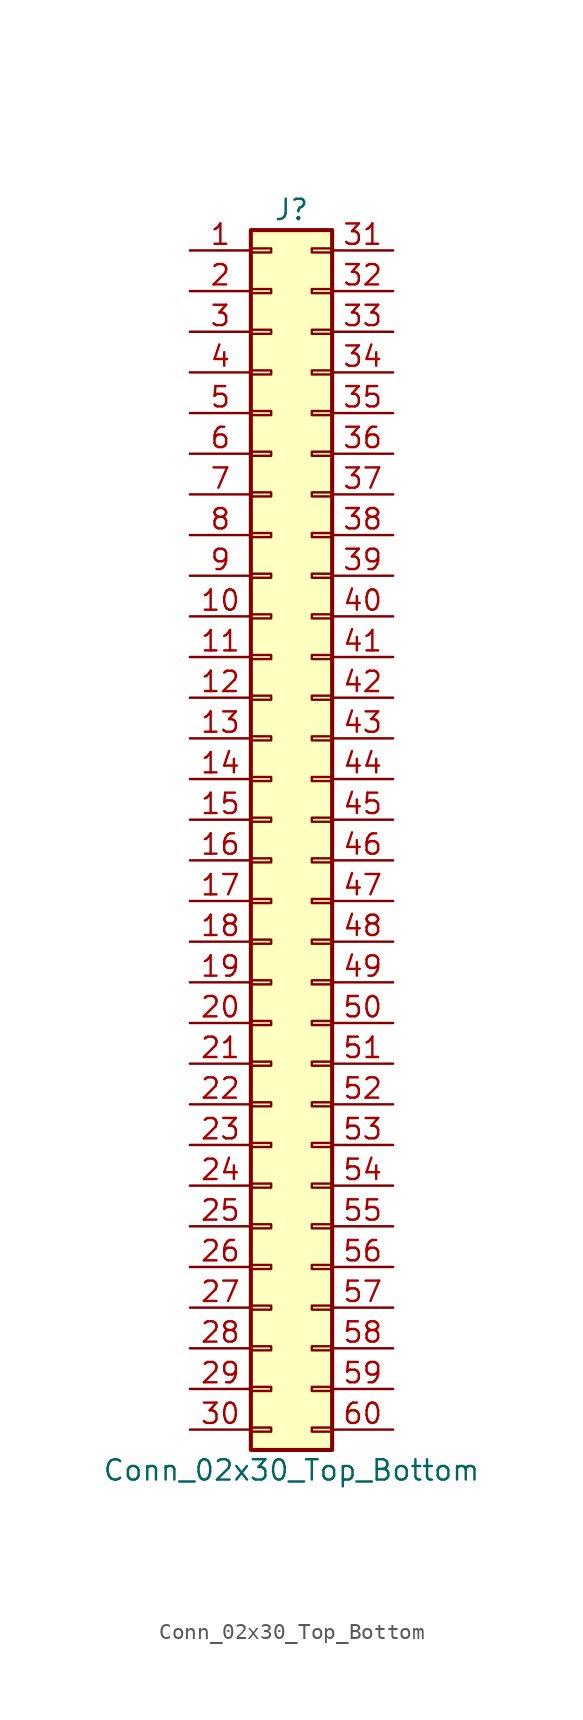
<source format=kicad_sym>
(kicad_symbol_lib
  (version 20211014)
  (generator kicad_symbol_editor)
  (symbol "Conn_02x30_Top_Bottom"
    (pin_names
      (offset 1.016) hide)
    (property "Reference" "J"
      (at 1.27 38.1 0)
      (effects (font (size 1.27 1.27))))
    (property "Value" "Conn_02x30_Top_Bottom"
      (at 1.27 -40.64 0)
      (effects (font (size 1.27 1.27))))
    (symbol "Conn_02x30_Top_Bottom_1_1"
      (rectangle (start -1.27 -37.973) (end 0 -38.227) (stroke (width 0.152) (type default) (color 0 0 0 0)) (fill (type none)))
      (rectangle (start -1.27 -35.433) (end 0 -35.687) (stroke (width 0.152) (type default) (color 0 0 0 0)) (fill (type none)))
      (rectangle (start -1.27 -32.893) (end 0 -33.147) (stroke (width 0.152) (type default) (color 0 0 0 0)) (fill (type none)))
      (rectangle (start -1.27 -30.353) (end 0 -30.607) (stroke (width 0.152) (type default) (color 0 0 0 0)) (fill (type none)))
      (rectangle (start -1.27 -27.813) (end 0 -28.067) (stroke (width 0.152) (type default) (color 0 0 0 0)) (fill (type none)))
      (rectangle (start -1.27 -25.273) (end 0 -25.527) (stroke (width 0.152) (type default) (color 0 0 0 0)) (fill (type none)))
      (rectangle (start -1.27 -22.733) (end 0 -22.987) (stroke (width 0.152) (type default) (color 0 0 0 0)) (fill (type none)))
      (rectangle (start -1.27 -20.193) (end 0 -20.447) (stroke (width 0.152) (type default) (color 0 0 0 0)) (fill (type none)))
      (rectangle (start -1.27 -17.653) (end 0 -17.907) (stroke (width 0.152) (type default) (color 0 0 0 0)) (fill (type none)))
      (rectangle (start -1.27 -15.113) (end 0 -15.367) (stroke (width 0.152) (type default) (color 0 0 0 0)) (fill (type none)))
      (rectangle (start -1.27 -12.573) (end 0 -12.827) (stroke (width 0.152) (type default) (color 0 0 0 0)) (fill (type none)))
      (rectangle (start -1.27 -10.033) (end 0 -10.287) (stroke (width 0.152) (type default) (color 0 0 0 0)) (fill (type none)))
      (rectangle (start -1.27 -7.493) (end 0 -7.747) (stroke (width 0.152) (type default) (color 0 0 0 0)) (fill (type none)))
      (rectangle (start -1.27 -4.953) (end 0 -5.207) (stroke (width 0.152) (type default) (color 0 0 0 0)) (fill (type none)))
      (rectangle (start -1.27 -2.413) (end 0 -2.667) (stroke (width 0.152) (type default) (color 0 0 0 0)) (fill (type none)))
      (rectangle (start -1.27 0.127) (end 0 -0.127) (stroke (width 0.152) (type default) (color 0 0 0 0)) (fill (type none)))
      (rectangle (start -1.27 2.667) (end 0 2.413) (stroke (width 0.152) (type default) (color 0 0 0 0)) (fill (type none)))
      (rectangle (start -1.27 5.207) (end 0 4.953) (stroke (width 0.152) (type default) (color 0 0 0 0)) (fill (type none)))
      (rectangle (start -1.27 7.747) (end 0 7.493) (stroke (width 0.152) (type default) (color 0 0 0 0)) (fill (type none)))
      (rectangle (start -1.27 10.287) (end 0 10.033) (stroke (width 0.152) (type default) (color 0 0 0 0)) (fill (type none)))
      (rectangle (start -1.27 12.827) (end 0 12.573) (stroke (width 0.152) (type default) (color 0 0 0 0)) (fill (type none)))
      (rectangle (start -1.27 15.367) (end 0 15.113) (stroke (width 0.152) (type default) (color 0 0 0 0)) (fill (type none)))
      (rectangle (start -1.27 17.907) (end 0 17.653) (stroke (width 0.152) (type default) (color 0 0 0 0)) (fill (type none)))
      (rectangle (start -1.27 20.447) (end 0 20.193) (stroke (width 0.152) (type default) (color 0 0 0 0)) (fill (type none)))
      (rectangle (start -1.27 22.987) (end 0 22.733) (stroke (width 0.152) (type default) (color 0 0 0 0)) (fill (type none)))
      (rectangle (start -1.27 25.527) (end 0 25.273) (stroke (width 0.152) (type default) (color 0 0 0 0)) (fill (type none)))
      (rectangle (start -1.27 28.067) (end 0 27.813) (stroke (width 0.152) (type default) (color 0 0 0 0)) (fill (type none)))
      (rectangle (start -1.27 30.607) (end 0 30.353) (stroke (width 0.152) (type default) (color 0 0 0 0)) (fill (type none)))
      (rectangle (start -1.27 33.147) (end 0 32.893) (stroke (width 0.152) (type default) (color 0 0 0 0)) (fill (type none)))
      (rectangle (start -1.27 35.687) (end 0 35.433) (stroke (width 0.152) (type default) (color 0 0 0 0)) (fill (type none)))
      (rectangle (start -1.27 36.83) (end 3.81 -39.37) (stroke (width 0.254) (type default) (color 0 0 0 0)) (fill (type background)))
      (rectangle (start 3.81 -37.973) (end 2.54 -38.227) (stroke (width 0.152) (type default) (color 0 0 0 0)) (fill (type none)))
      (rectangle (start 3.81 -35.433) (end 2.54 -35.687) (stroke (width 0.152) (type default) (color 0 0 0 0)) (fill (type none)))
      (rectangle (start 3.81 -32.893) (end 2.54 -33.147) (stroke (width 0.152) (type default) (color 0 0 0 0)) (fill (type none)))
      (rectangle (start 3.81 -30.353) (end 2.54 -30.607) (stroke (width 0.152) (type default) (color 0 0 0 0)) (fill (type none)))
      (rectangle (start 3.81 -27.813) (end 2.54 -28.067) (stroke (width 0.152) (type default) (color 0 0 0 0)) (fill (type none)))
      (rectangle (start 3.81 -25.273) (end 2.54 -25.527) (stroke (width 0.152) (type default) (color 0 0 0 0)) (fill (type none)))
      (rectangle (start 3.81 -22.733) (end 2.54 -22.987) (stroke (width 0.152) (type default) (color 0 0 0 0)) (fill (type none)))
      (rectangle (start 3.81 -20.193) (end 2.54 -20.447) (stroke (width 0.152) (type default) (color 0 0 0 0)) (fill (type none)))
      (rectangle (start 3.81 -17.653) (end 2.54 -17.907) (stroke (width 0.152) (type default) (color 0 0 0 0)) (fill (type none)))
      (rectangle (start 3.81 -15.113) (end 2.54 -15.367) (stroke (width 0.152) (type default) (color 0 0 0 0)) (fill (type none)))
      (rectangle (start 3.81 -12.573) (end 2.54 -12.827) (stroke (width 0.152) (type default) (color 0 0 0 0)) (fill (type none)))
      (rectangle (start 3.81 -10.033) (end 2.54 -10.287) (stroke (width 0.152) (type default) (color 0 0 0 0)) (fill (type none)))
      (rectangle (start 3.81 -7.493) (end 2.54 -7.747) (stroke (width 0.152) (type default) (color 0 0 0 0)) (fill (type none)))
      (rectangle (start 3.81 -4.953) (end 2.54 -5.207) (stroke (width 0.152) (type default) (color 0 0 0 0)) (fill (type none)))
      (rectangle (start 3.81 -2.413) (end 2.54 -2.667) (stroke (width 0.152) (type default) (color 0 0 0 0)) (fill (type none)))
      (rectangle (start 3.81 0.127) (end 2.54 -0.127) (stroke (width 0.152) (type default) (color 0 0 0 0)) (fill (type none)))
      (rectangle (start 3.81 2.667) (end 2.54 2.413) (stroke (width 0.152) (type default) (color 0 0 0 0)) (fill (type none)))
      (rectangle (start 3.81 5.207) (end 2.54 4.953) (stroke (width 0.152) (type default) (color 0 0 0 0)) (fill (type none)))
      (rectangle (start 3.81 7.747) (end 2.54 7.493) (stroke (width 0.152) (type default) (color 0 0 0 0)) (fill (type none)))
      (rectangle (start 3.81 10.287) (end 2.54 10.033) (stroke (width 0.152) (type default) (color 0 0 0 0)) (fill (type none)))
      (rectangle (start 3.81 12.827) (end 2.54 12.573) (stroke (width 0.152) (type default) (color 0 0 0 0)) (fill (type none)))
      (rectangle (start 3.81 15.367) (end 2.54 15.113) (stroke (width 0.152) (type default) (color 0 0 0 0)) (fill (type none)))
      (rectangle (start 3.81 17.907) (end 2.54 17.653) (stroke (width 0.152) (type default) (color 0 0 0 0)) (fill (type none)))
      (rectangle (start 3.81 20.447) (end 2.54 20.193) (stroke (width 0.152) (type default) (color 0 0 0 0)) (fill (type none)))
      (rectangle (start 3.81 22.987) (end 2.54 22.733) (stroke (width 0.152) (type default) (color 0 0 0 0)) (fill (type none)))
      (rectangle (start 3.81 25.527) (end 2.54 25.273) (stroke (width 0.152) (type default) (color 0 0 0 0)) (fill (type none)))
      (rectangle (start 3.81 28.067) (end 2.54 27.813) (stroke (width 0.152) (type default) (color 0 0 0 0)) (fill (type none)))
      (rectangle (start 3.81 30.607) (end 2.54 30.353) (stroke (width 0.152) (type default) (color 0 0 0 0)) (fill (type none)))
      (rectangle (start 3.81 33.147) (end 2.54 32.893) (stroke (width 0.152) (type default) (color 0 0 0 0)) (fill (type none)))
      (rectangle (start 3.81 35.687) (end 2.54 35.433) (stroke (width 0.152) (type default) (color 0 0 0 0)) (fill (type none)))
      (pin passive line (at -5.08 35.56 0) (length 3.81) (name "Pin_1" (effects (font (size 1.27 1.27)))) (number "1" (effects (font (size 1.27 1.27)))))
      (pin passive line (at -5.08 12.7 0) (length 3.81) (name "Pin_10" (effects (font (size 1.27 1.27)))) (number "10" (effects (font (size 1.27 1.27)))))
      (pin passive line (at -5.08 10.16 0) (length 3.81) (name "Pin_11" (effects (font (size 1.27 1.27)))) (number "11" (effects (font (size 1.27 1.27)))))
      (pin passive line (at -5.08 7.62 0) (length 3.81) (name "Pin_12" (effects (font (size 1.27 1.27)))) (number "12" (effects (font (size 1.27 1.27)))))
      (pin passive line (at -5.08 5.08 0) (length 3.81) (name "Pin_13" (effects (font (size 1.27 1.27)))) (number "13" (effects (font (size 1.27 1.27)))))
      (pin passive line (at -5.08 2.54 0) (length 3.81) (name "Pin_14" (effects (font (size 1.27 1.27)))) (number "14" (effects (font (size 1.27 1.27)))))
      (pin passive line (at -5.08 0 0) (length 3.81) (name "Pin_15" (effects (font (size 1.27 1.27)))) (number "15" (effects (font (size 1.27 1.27)))))
      (pin passive line (at -5.08 -2.54 0) (length 3.81) (name "Pin_16" (effects (font (size 1.27 1.27)))) (number "16" (effects (font (size 1.27 1.27)))))
      (pin passive line (at -5.08 -5.08 0) (length 3.81) (name "Pin_17" (effects (font (size 1.27 1.27)))) (number "17" (effects (font (size 1.27 1.27)))))
      (pin passive line (at -5.08 -7.62 0) (length 3.81) (name "Pin_18" (effects (font (size 1.27 1.27)))) (number "18" (effects (font (size 1.27 1.27)))))
      (pin passive line (at -5.08 -10.16 0) (length 3.81) (name "Pin_19" (effects (font (size 1.27 1.27)))) (number "19" (effects (font (size 1.27 1.27)))))
      (pin passive line (at -5.08 33.02 0) (length 3.81) (name "Pin_2" (effects (font (size 1.27 1.27)))) (number "2" (effects (font (size 1.27 1.27)))))
      (pin passive line (at -5.08 -12.7 0) (length 3.81) (name "Pin_20" (effects (font (size 1.27 1.27)))) (number "20" (effects (font (size 1.27 1.27)))))
      (pin passive line (at -5.08 -15.24 0) (length 3.81) (name "Pin_21" (effects (font (size 1.27 1.27)))) (number "21" (effects (font (size 1.27 1.27)))))
      (pin passive line (at -5.08 -17.78 0) (length 3.81) (name "Pin_22" (effects (font (size 1.27 1.27)))) (number "22" (effects (font (size 1.27 1.27)))))
      (pin passive line (at -5.08 -20.32 0) (length 3.81) (name "Pin_23" (effects (font (size 1.27 1.27)))) (number "23" (effects (font (size 1.27 1.27)))))
      (pin passive line (at -5.08 -22.86 0) (length 3.81) (name "Pin_24" (effects (font (size 1.27 1.27)))) (number "24" (effects (font (size 1.27 1.27)))))
      (pin passive line (at -5.08 -25.4 0) (length 3.81) (name "Pin_25" (effects (font (size 1.27 1.27)))) (number "25" (effects (font (size 1.27 1.27)))))
      (pin passive line (at -5.08 -27.94 0) (length 3.81) (name "Pin_26" (effects (font (size 1.27 1.27)))) (number "26" (effects (font (size 1.27 1.27)))))
      (pin passive line (at -5.08 -30.48 0) (length 3.81) (name "Pin_27" (effects (font (size 1.27 1.27)))) (number "27" (effects (font (size 1.27 1.27)))))
      (pin passive line (at -5.08 -33.02 0) (length 3.81) (name "Pin_28" (effects (font (size 1.27 1.27)))) (number "28" (effects (font (size 1.27 1.27)))))
      (pin passive line (at -5.08 -35.56 0) (length 3.81) (name "Pin_29" (effects (font (size 1.27 1.27)))) (number "29" (effects (font (size 1.27 1.27)))))
      (pin passive line (at -5.08 30.48 0) (length 3.81) (name "Pin_3" (effects (font (size 1.27 1.27)))) (number "3" (effects (font (size 1.27 1.27)))))
      (pin passive line (at -5.08 -38.1 0) (length 3.81) (name "Pin_30" (effects (font (size 1.27 1.27)))) (number "30" (effects (font (size 1.27 1.27)))))
      (pin passive line (at 7.62 35.56 180) (length 3.81) (name "Pin_31" (effects (font (size 1.27 1.27)))) (number "31" (effects (font (size 1.27 1.27)))))
      (pin passive line (at 7.62 33.02 180) (length 3.81) (name "Pin_32" (effects (font (size 1.27 1.27)))) (number "32" (effects (font (size 1.27 1.27)))))
      (pin passive line (at 7.62 30.48 180) (length 3.81) (name "Pin_33" (effects (font (size 1.27 1.27)))) (number "33" (effects (font (size 1.27 1.27)))))
      (pin passive line (at 7.62 27.94 180) (length 3.81) (name "Pin_34" (effects (font (size 1.27 1.27)))) (number "34" (effects (font (size 1.27 1.27)))))
      (pin passive line (at 7.62 25.4 180) (length 3.81) (name "Pin_35" (effects (font (size 1.27 1.27)))) (number "35" (effects (font (size 1.27 1.27)))))
      (pin passive line (at 7.62 22.86 180) (length 3.81) (name "Pin_36" (effects (font (size 1.27 1.27)))) (number "36" (effects (font (size 1.27 1.27)))))
      (pin passive line (at 7.62 20.32 180) (length 3.81) (name "Pin_37" (effects (font (size 1.27 1.27)))) (number "37" (effects (font (size 1.27 1.27)))))
      (pin passive line (at 7.62 17.78 180) (length 3.81) (name "Pin_38" (effects (font (size 1.27 1.27)))) (number "38" (effects (font (size 1.27 1.27)))))
      (pin passive line (at 7.62 15.24 180) (length 3.81) (name "Pin_39" (effects (font (size 1.27 1.27)))) (number "39" (effects (font (size 1.27 1.27)))))
      (pin passive line (at -5.08 27.94 0) (length 3.81) (name "Pin_4" (effects (font (size 1.27 1.27)))) (number "4" (effects (font (size 1.27 1.27)))))
      (pin passive line (at 7.62 12.7 180) (length 3.81) (name "Pin_40" (effects (font (size 1.27 1.27)))) (number "40" (effects (font (size 1.27 1.27)))))
      (pin passive line (at 7.62 10.16 180) (length 3.81) (name "Pin_41" (effects (font (size 1.27 1.27)))) (number "41" (effects (font (size 1.27 1.27)))))
      (pin passive line (at 7.62 7.62 180) (length 3.81) (name "Pin_42" (effects (font (size 1.27 1.27)))) (number "42" (effects (font (size 1.27 1.27)))))
      (pin passive line (at 7.62 5.08 180) (length 3.81) (name "Pin_43" (effects (font (size 1.27 1.27)))) (number "43" (effects (font (size 1.27 1.27)))))
      (pin passive line (at 7.62 2.54 180) (length 3.81) (name "Pin_44" (effects (font (size 1.27 1.27)))) (number "44" (effects (font (size 1.27 1.27)))))
      (pin passive line (at 7.62 0 180) (length 3.81) (name "Pin_45" (effects (font (size 1.27 1.27)))) (number "45" (effects (font (size 1.27 1.27)))))
      (pin passive line (at 7.62 -2.54 180) (length 3.81) (name "Pin_46" (effects (font (size 1.27 1.27)))) (number "46" (effects (font (size 1.27 1.27)))))
      (pin passive line (at 7.62 -5.08 180) (length 3.81) (name "Pin_47" (effects (font (size 1.27 1.27)))) (number "47" (effects (font (size 1.27 1.27)))))
      (pin passive line (at 7.62 -7.62 180) (length 3.81) (name "Pin_48" (effects (font (size 1.27 1.27)))) (number "48" (effects (font (size 1.27 1.27)))))
      (pin passive line (at 7.62 -10.16 180) (length 3.81) (name "Pin_49" (effects (font (size 1.27 1.27)))) (number "49" (effects (font (size 1.27 1.27)))))
      (pin passive line (at -5.08 25.4 0) (length 3.81) (name "Pin_5" (effects (font (size 1.27 1.27)))) (number "5" (effects (font (size 1.27 1.27)))))
      (pin passive line (at 7.62 -12.7 180) (length 3.81) (name "Pin_50" (effects (font (size 1.27 1.27)))) (number "50" (effects (font (size 1.27 1.27)))))
      (pin passive line (at 7.62 -15.24 180) (length 3.81) (name "Pin_51" (effects (font (size 1.27 1.27)))) (number "51" (effects (font (size 1.27 1.27)))))
      (pin passive line (at 7.62 -17.78 180) (length 3.81) (name "Pin_52" (effects (font (size 1.27 1.27)))) (number "52" (effects (font (size 1.27 1.27)))))
      (pin passive line (at 7.62 -20.32 180) (length 3.81) (name "Pin_53" (effects (font (size 1.27 1.27)))) (number "53" (effects (font (size 1.27 1.27)))))
      (pin passive line (at 7.62 -22.86 180) (length 3.81) (name "Pin_54" (effects (font (size 1.27 1.27)))) (number "54" (effects (font (size 1.27 1.27)))))
      (pin passive line (at 7.62 -25.4 180) (length 3.81) (name "Pin_55" (effects (font (size 1.27 1.27)))) (number "55" (effects (font (size 1.27 1.27)))))
      (pin passive line (at 7.62 -27.94 180) (length 3.81) (name "Pin_56" (effects (font (size 1.27 1.27)))) (number "56" (effects (font (size 1.27 1.27)))))
      (pin passive line (at 7.62 -30.48 180) (length 3.81) (name "Pin_57" (effects (font (size 1.27 1.27)))) (number "57" (effects (font (size 1.27 1.27)))))
      (pin passive line (at 7.62 -33.02 180) (length 3.81) (name "Pin_58" (effects (font (size 1.27 1.27)))) (number "58" (effects (font (size 1.27 1.27)))))
      (pin passive line (at 7.62 -35.56 180) (length 3.81) (name "Pin_59" (effects (font (size 1.27 1.27)))) (number "59" (effects (font (size 1.27 1.27)))))
      (pin passive line (at -5.08 22.86 0) (length 3.81) (name "Pin_6" (effects (font (size 1.27 1.27)))) (number "6" (effects (font (size 1.27 1.27)))))
      (pin passive line (at 7.62 -38.1 180) (length 3.81) (name "Pin_60" (effects (font (size 1.27 1.27)))) (number "60" (effects (font (size 1.27 1.27)))))
      (pin passive line (at -5.08 20.32 0) (length 3.81) (name "Pin_7" (effects (font (size 1.27 1.27)))) (number "7" (effects (font (size 1.27 1.27)))))
      (pin passive line (at -5.08 17.78 0) (length 3.81) (name "Pin_8" (effects (font (size 1.27 1.27)))) (number "8" (effects (font (size 1.27 1.27)))))
      (pin passive line (at -5.08 15.24 0) (length 3.81) (name "Pin_9" (effects (font (size 1.27 1.27)))) (number "9" (effects (font (size 1.27 1.27))))))))
</source>
